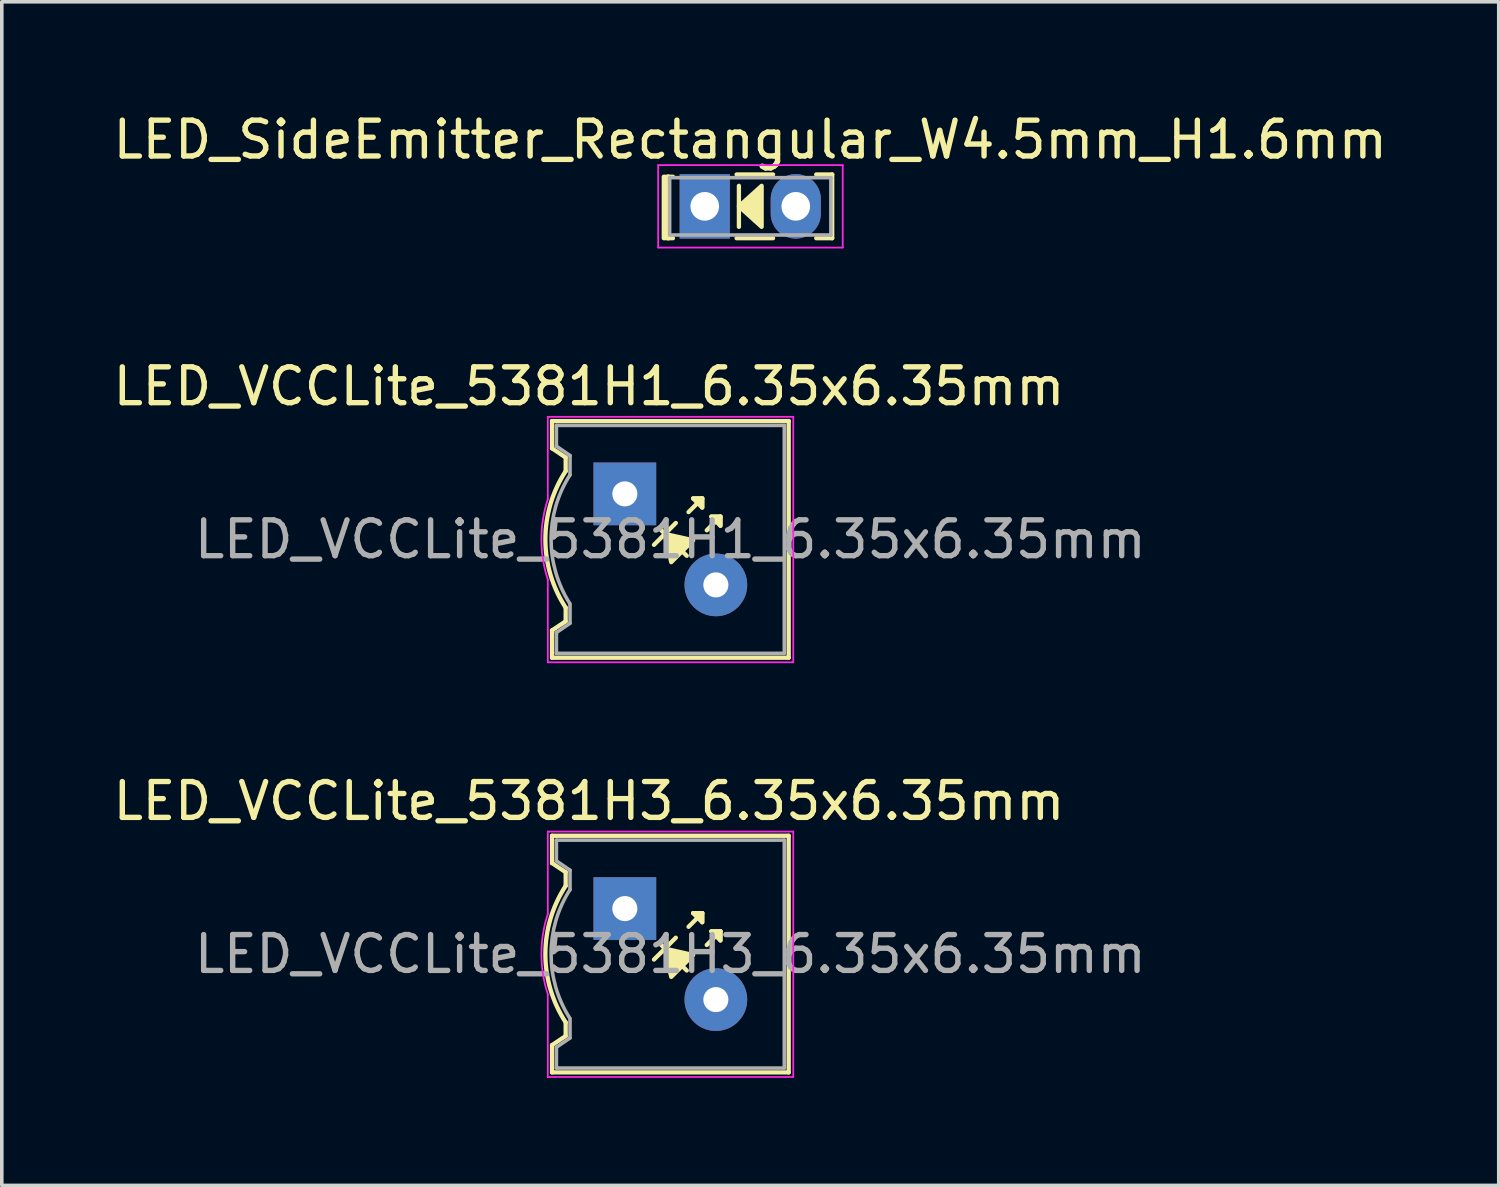
<source format=kicad_pcb>
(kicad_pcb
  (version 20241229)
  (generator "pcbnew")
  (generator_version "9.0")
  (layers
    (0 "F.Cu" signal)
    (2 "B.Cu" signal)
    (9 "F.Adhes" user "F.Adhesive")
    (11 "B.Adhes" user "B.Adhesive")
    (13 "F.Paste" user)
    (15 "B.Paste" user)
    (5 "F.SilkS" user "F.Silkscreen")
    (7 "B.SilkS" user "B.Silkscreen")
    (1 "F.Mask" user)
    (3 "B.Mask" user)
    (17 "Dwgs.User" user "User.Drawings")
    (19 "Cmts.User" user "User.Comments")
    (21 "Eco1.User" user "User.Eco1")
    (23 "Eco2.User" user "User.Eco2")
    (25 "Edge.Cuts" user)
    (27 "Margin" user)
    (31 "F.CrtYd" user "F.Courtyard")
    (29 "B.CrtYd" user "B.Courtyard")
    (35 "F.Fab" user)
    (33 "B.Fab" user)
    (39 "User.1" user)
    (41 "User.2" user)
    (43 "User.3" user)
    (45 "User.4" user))
  (footprint "LED_VCCLite_5381H1_6.35x6.35mm"
    (layer "F.Cu")
    (at 14.387 10.732)
    (property "Reference" "LED_VCCLite_5381H1_6.35x6.35mm" (at -1 -3 0) (layer "F.SilkS") (effects (font (size 1 1) (thickness 0.15))))
    (fp_line (start -2.032 -2.032) (end -2.032 -1.27) (stroke (width 0.12) (type solid)) (layer "F.SilkS"))
    (fp_line (start -2.032 -1.27) (end -1.651 -1.016) (stroke (width 0.12) (type solid)) (layer "F.SilkS"))
    (fp_line (start -2.032 4.572) (end -2.032 3.81) (stroke (width 0.12) (type solid)) (layer "F.SilkS"))
    (fp_line (start -1.651 -1.016) (end -1.651 -0.635) (stroke (width 0.12) (type solid)) (layer "F.SilkS"))
    (fp_line (start -1.651 3.556) (end -2.032 3.81) (stroke (width 0.12) (type solid)) (layer "F.SilkS"))
    (fp_line (start -1.651 3.556) (end -1.651 3.175) (stroke (width 0.12) (type solid)) (layer "F.SilkS"))
    (fp_line (start 1.016 1.016) (end 1.727 1.727) (stroke (width 0.12) (type solid)) (layer "F.SilkS"))
    (fp_line (start 1.118 1.118) (end 0.813 1.422) (stroke (width 0.12) (type solid)) (layer "F.SilkS"))
    (fp_line (start 1.118 1.118) (end 1.422 0.813) (stroke (width 0.12) (type solid)) (layer "F.SilkS"))
    (fp_line (start 1.778 0.508) (end 2.159 0.127) (stroke (width 0.12) (type solid)) (layer "F.SilkS"))
    (fp_line (start 2.159 0.127) (end 1.905 0.127) (stroke (width 0.12) (type solid)) (layer "F.SilkS"))
    (fp_line (start 2.159 0.127) (end 2.159 0.381) (stroke (width 0.12) (type solid)) (layer "F.SilkS"))
    (fp_line (start 2.286 1.016) (end 2.667 0.635) (stroke (width 0.12) (type solid)) (layer "F.SilkS"))
    (fp_line (start 2.667 0.635) (end 2.413 0.635) (stroke (width 0.12) (type solid)) (layer "F.SilkS"))
    (fp_line (start 2.667 0.635) (end 2.667 0.889) (stroke (width 0.12) (type solid)) (layer "F.SilkS"))
    (fp_line (start 4.572 -2.032) (end -2.032 -2.032) (stroke (width 0.12) (type solid)) (layer "F.SilkS"))
    (fp_line (start 4.572 4.572) (end -2.032 4.572) (stroke (width 0.12) (type solid)) (layer "F.SilkS"))
    (fp_line (start 4.572 4.572) (end 4.572 -2.032) (stroke (width 0.12) (type solid)) (layer "F.SilkS"))
    (fp_arc (start -1.651753 3.173843) (mid -2.2173 1.26931) (end -1.650999 -0.634999) (stroke (width 0.12) (type solid)) (layer "F.SilkS"))
    (fp_poly (pts (xy 1.905 1.295) (xy 1.295 1.905) (xy 1.118 1.118)) (stroke (width 0.12) (type solid)) (fill yes) (layer "F.SilkS"))
    (fp_poly (pts (xy 2.159 0.381) (xy 1.905 0.127) (xy 2.159 0.127)) (stroke (width 0.12) (type solid)) (fill yes) (layer "F.SilkS"))
    (fp_poly (pts (xy 2.667 0.889) (xy 2.413 0.635) (xy 2.667 0.635)) (stroke (width 0.12) (type solid)) (fill yes) (layer "F.SilkS"))
    (fp_line (start -2.15 -2.15) (end -2.15 0.15) (stroke (width 0.05) (type solid)) (layer "F.CrtYd"))
    (fp_line (start -2.15 -2.15) (end 4.7 -2.15) (stroke (width 0.05) (type solid)) (layer "F.CrtYd"))
    (fp_line (start -2.15 4.7) (end -2.15 2.4) (stroke (width 0.05) (type solid)) (layer "F.CrtYd"))
    (fp_line (start 4.7 -2.15) (end 4.7 4.7) (stroke (width 0.05) (type solid)) (layer "F.CrtYd"))
    (fp_line (start 4.7 4.7) (end -2.15 4.7) (stroke (width 0.05) (type solid)) (layer "F.CrtYd"))
    (fp_arc (start -2.147033 2.39902) (mid -2.328719 1.274748) (end -2.15 0.15) (stroke (width 0.05) (type solid)) (layer "F.CrtYd"))
    (fp_line (start -1.91 -1.91) (end -1.91 -1.33) (stroke (width 0.1) (type solid)) (layer "F.Fab"))
    (fp_line (start -1.91 -1.91) (end 4.45 -1.91) (stroke (width 0.1) (type solid)) (layer "F.Fab"))
    (fp_line (start -1.91 -1.33) (end -1.53 -1.07) (stroke (width 0.1) (type solid)) (layer "F.Fab"))
    (fp_line (start -1.91 3.87) (end -1.53 3.61) (stroke (width 0.1) (type solid)) (layer "F.Fab"))
    (fp_line (start -1.91 4.45) (end -1.91 3.87) (stroke (width 0.1) (type solid)) (layer "F.Fab"))
    (fp_line (start -1.53 -1.07) (end -1.53 -0.53) (stroke (width 0.1) (type solid)) (layer "F.Fab"))
    (fp_line (start -1.53 3.61) (end -1.53 3.07) (stroke (width 0.1) (type solid)) (layer "F.Fab"))
    (fp_line (start 4.45 -1.91) (end 4.45 4.45) (stroke (width 0.1) (type solid)) (layer "F.Fab"))
    (fp_line (start 4.45 4.45) (end -1.91 4.45) (stroke (width 0.1) (type solid)) (layer "F.Fab"))
    (fp_arc (start -1.538265 3.057078) (mid -2.058655 1.26233) (end -1.53 -0.53) (stroke (width 0.1) (type solid)) (layer "F.Fab"))
    (fp_text user "${REFERENCE}" (at 1.27 1.27 0) (layer "F.Fab") (effects (font (size 1 1) (thickness 0.15))))
    (pad "1" thru_hole rect (at 0 0 270) (size 1.75 1.75) (drill 0.7) (layers "*.Cu" "*.Mask"))
    (pad "2" thru_hole circle (at 2.54 2.54 270) (size 1.75 1.75) (drill 0.7) (layers "*.Cu" "*.Mask")))
  (footprint "LED_SideEmitter_Rectangular_W4.5mm_H1.6mm"
    (layer "F.Cu")
    (at 16.617 2.708)
    (property "Reference" "LED_SideEmitter_Rectangular_W4.5mm_H1.6mm" (at 1.27 -1.86 0) (layer "F.SilkS") (effects (font (size 1 1) (thickness 0.15))))
    (fp_line (start -1.016 -0.826) (end -0.889 -0.826) (stroke (width 0.12) (type solid)) (layer "F.SilkS"))
    (fp_line (start -1.016 0.889) (end -1.016 -0.826) (stroke (width 0.12) (type solid)) (layer "F.SilkS"))
    (fp_line (start -0.889 0.889) (end -1.016 0.889) (stroke (width 0.12) (type solid)) (layer "F.SilkS"))
    (fp_line (start 0.953 -0.572) (end 0.953 0.572) (stroke (width 0.12) (type solid)) (layer "F.SilkS"))
    (fp_line (start 1.905 -0.889) (end 0.889 -0.889) (stroke (width 0.12) (type solid)) (layer "F.SilkS"))
    (fp_line (start 1.905 0.889) (end 0.889 0.889) (stroke (width 0.12) (type solid)) (layer "F.SilkS"))
    (fp_line (start 3.111 -0.889) (end 3.556 -0.889) (stroke (width 0.12) (type solid)) (layer "F.SilkS"))
    (fp_line (start 3.556 -0.889) (end 3.556 0.889) (stroke (width 0.12) (type solid)) (layer "F.SilkS"))
    (fp_line (start 3.556 0.889) (end 3.111 0.889) (stroke (width 0.12) (type solid)) (layer "F.SilkS"))
    (fp_rect (start -1.143 -0.826) (end -1.016 0.889) (stroke (width 0.12) (type solid)) (fill yes) (layer "F.SilkS"))
    (fp_poly (pts (xy 1.587 0.572) (xy 0.953 0) (xy 1.587 -0.572)) (stroke (width 0.12) (type solid)) (fill yes) (layer "F.SilkS"))
    (fp_line (start -1.3 -1.15) (end -1.3 1.15) (stroke (width 0.05) (type solid)) (layer "F.CrtYd"))
    (fp_line (start -1.3 1.15) (end 3.85 1.15) (stroke (width 0.05) (type solid)) (layer "F.CrtYd"))
    (fp_line (start 3.85 -1.15) (end -1.3 -1.15) (stroke (width 0.05) (type solid)) (layer "F.CrtYd"))
    (fp_line (start 3.85 1.15) (end 3.85 -1.15) (stroke (width 0.05) (type solid)) (layer "F.CrtYd"))
    (fp_line (start -0.98 -0.8) (end -0.98 0.8) (stroke (width 0.1) (type solid)) (layer "F.Fab"))
    (fp_line (start -0.98 0.8) (end 3.52 0.8) (stroke (width 0.1) (type solid)) (layer "F.Fab"))
    (fp_line (start 3.52 -0.8) (end -0.98 -0.8) (stroke (width 0.1) (type solid)) (layer "F.Fab"))
    (fp_line (start 3.52 0.8) (end 3.52 -0.8) (stroke (width 0.1) (type solid)) (layer "F.Fab"))
    (pad "1" thru_hole rect (at 0 0) (size 1.4 1.8) (drill 0.8) (layers "*.Cu" "*.Mask"))
    (pad "2" thru_hole oval (at 2.54 0) (size 1.4 1.8) (drill 0.8) (layers "*.Cu" "*.Mask")))
  (footprint "LED_VCCLite_5381H3_6.35x6.35mm"
    (layer "F.Cu")
    (at 14.387 22.305)
    (property "Reference" "LED_VCCLite_5381H3_6.35x6.35mm" (at -1 -3 0) (layer "F.SilkS") (effects (font (size 1 1) (thickness 0.15))))
    (fp_line (start -2.032 -2.032) (end -2.032 -1.27) (stroke (width 0.12) (type solid)) (layer "F.SilkS"))
    (fp_line (start -2.032 -1.27) (end -1.651 -1.016) (stroke (width 0.12) (type solid)) (layer "F.SilkS"))
    (fp_line (start -2.032 4.572) (end -2.032 3.81) (stroke (width 0.12) (type solid)) (layer "F.SilkS"))
    (fp_line (start -1.651 -1.016) (end -1.651 -0.635) (stroke (width 0.12) (type solid)) (layer "F.SilkS"))
    (fp_line (start -1.651 3.556) (end -2.032 3.81) (stroke (width 0.12) (type solid)) (layer "F.SilkS"))
    (fp_line (start -1.651 3.556) (end -1.651 3.175) (stroke (width 0.12) (type solid)) (layer "F.SilkS"))
    (fp_line (start 1.016 1.016) (end 1.727 1.727) (stroke (width 0.12) (type solid)) (layer "F.SilkS"))
    (fp_line (start 1.118 1.118) (end 0.813 1.422) (stroke (width 0.12) (type solid)) (layer "F.SilkS"))
    (fp_line (start 1.118 1.118) (end 1.422 0.813) (stroke (width 0.12) (type solid)) (layer "F.SilkS"))
    (fp_line (start 1.778 0.508) (end 2.159 0.127) (stroke (width 0.12) (type solid)) (layer "F.SilkS"))
    (fp_line (start 2.159 0.127) (end 1.905 0.127) (stroke (width 0.12) (type solid)) (layer "F.SilkS"))
    (fp_line (start 2.159 0.127) (end 2.159 0.381) (stroke (width 0.12) (type solid)) (layer "F.SilkS"))
    (fp_line (start 2.286 1.016) (end 2.667 0.635) (stroke (width 0.12) (type solid)) (layer "F.SilkS"))
    (fp_line (start 2.667 0.635) (end 2.413 0.635) (stroke (width 0.12) (type solid)) (layer "F.SilkS"))
    (fp_line (start 2.667 0.635) (end 2.667 0.889) (stroke (width 0.12) (type solid)) (layer "F.SilkS"))
    (fp_line (start 4.572 -2.032) (end -2.032 -2.032) (stroke (width 0.12) (type solid)) (layer "F.SilkS"))
    (fp_line (start 4.572 4.572) (end -2.032 4.572) (stroke (width 0.12) (type solid)) (layer "F.SilkS"))
    (fp_line (start 4.572 4.572) (end 4.572 -2.032) (stroke (width 0.12) (type solid)) (layer "F.SilkS"))
    (fp_arc (start -1.651753 3.173843) (mid -2.2173 1.26931) (end -1.650999 -0.634999) (stroke (width 0.12) (type solid)) (layer "F.SilkS"))
    (fp_poly (pts (xy 1.905 1.295) (xy 1.295 1.905) (xy 1.118 1.118)) (stroke (width 0.12) (type solid)) (fill yes) (layer "F.SilkS"))
    (fp_poly (pts (xy 2.159 0.381) (xy 1.905 0.127) (xy 2.159 0.127)) (stroke (width 0.12) (type solid)) (fill yes) (layer "F.SilkS"))
    (fp_poly (pts (xy 2.667 0.889) (xy 2.413 0.635) (xy 2.667 0.635)) (stroke (width 0.12) (type solid)) (fill yes) (layer "F.SilkS"))
    (fp_line (start -2.15 -2.15) (end -2.15 0.15) (stroke (width 0.05) (type solid)) (layer "F.CrtYd"))
    (fp_line (start -2.15 -2.15) (end 4.7 -2.15) (stroke (width 0.05) (type solid)) (layer "F.CrtYd"))
    (fp_line (start -2.15 4.7) (end -2.15 2.4) (stroke (width 0.05) (type solid)) (layer "F.CrtYd"))
    (fp_line (start 4.7 -2.15) (end 4.7 4.7) (stroke (width 0.05) (type solid)) (layer "F.CrtYd"))
    (fp_line (start 4.7 4.7) (end -2.15 4.7) (stroke (width 0.05) (type solid)) (layer "F.CrtYd"))
    (fp_arc (start -2.147033 2.39902) (mid -2.328719 1.274748) (end -2.15 0.15) (stroke (width 0.05) (type solid)) (layer "F.CrtYd"))
    (fp_line (start -1.91 -1.91) (end -1.91 -1.33) (stroke (width 0.1) (type solid)) (layer "F.Fab"))
    (fp_line (start -1.91 -1.91) (end 4.45 -1.91) (stroke (width 0.1) (type solid)) (layer "F.Fab"))
    (fp_line (start -1.91 -1.33) (end -1.53 -1.07) (stroke (width 0.1) (type solid)) (layer "F.Fab"))
    (fp_line (start -1.91 3.87) (end -1.53 3.61) (stroke (width 0.1) (type solid)) (layer "F.Fab"))
    (fp_line (start -1.91 4.45) (end -1.91 3.87) (stroke (width 0.1) (type solid)) (layer "F.Fab"))
    (fp_line (start -1.53 -1.07) (end -1.53 -0.53) (stroke (width 0.1) (type solid)) (layer "F.Fab"))
    (fp_line (start -1.53 3.61) (end -1.53 3.07) (stroke (width 0.1) (type solid)) (layer "F.Fab"))
    (fp_line (start 4.45 -1.91) (end 4.45 4.45) (stroke (width 0.1) (type solid)) (layer "F.Fab"))
    (fp_line (start 4.45 4.45) (end -1.91 4.45) (stroke (width 0.1) (type solid)) (layer "F.Fab"))
    (fp_arc (start -1.538265 3.057078) (mid -2.058655 1.26233) (end -1.53 -0.53) (stroke (width 0.1) (type solid)) (layer "F.Fab"))
    (fp_text user "${REFERENCE}" (at 1.27 1.27 0) (layer "F.Fab") (effects (font (size 1 1) (thickness 0.15))))
    (pad "1" thru_hole rect (at 0 0 270) (size 1.75 1.75) (drill 0.7) (layers "*.Cu" "*.Mask"))
    (pad "2" thru_hole circle (at 2.54 2.54 270) (size 1.75 1.75) (drill 0.7) (layers "*.Cu" "*.Mask")))
  (gr_rect
    (start -3 -3)
    (end 38.774 30.03)
    (stroke (width 0.1) (type default))
    (fill no)
    (layer "Edge.Cuts")))
</source>
